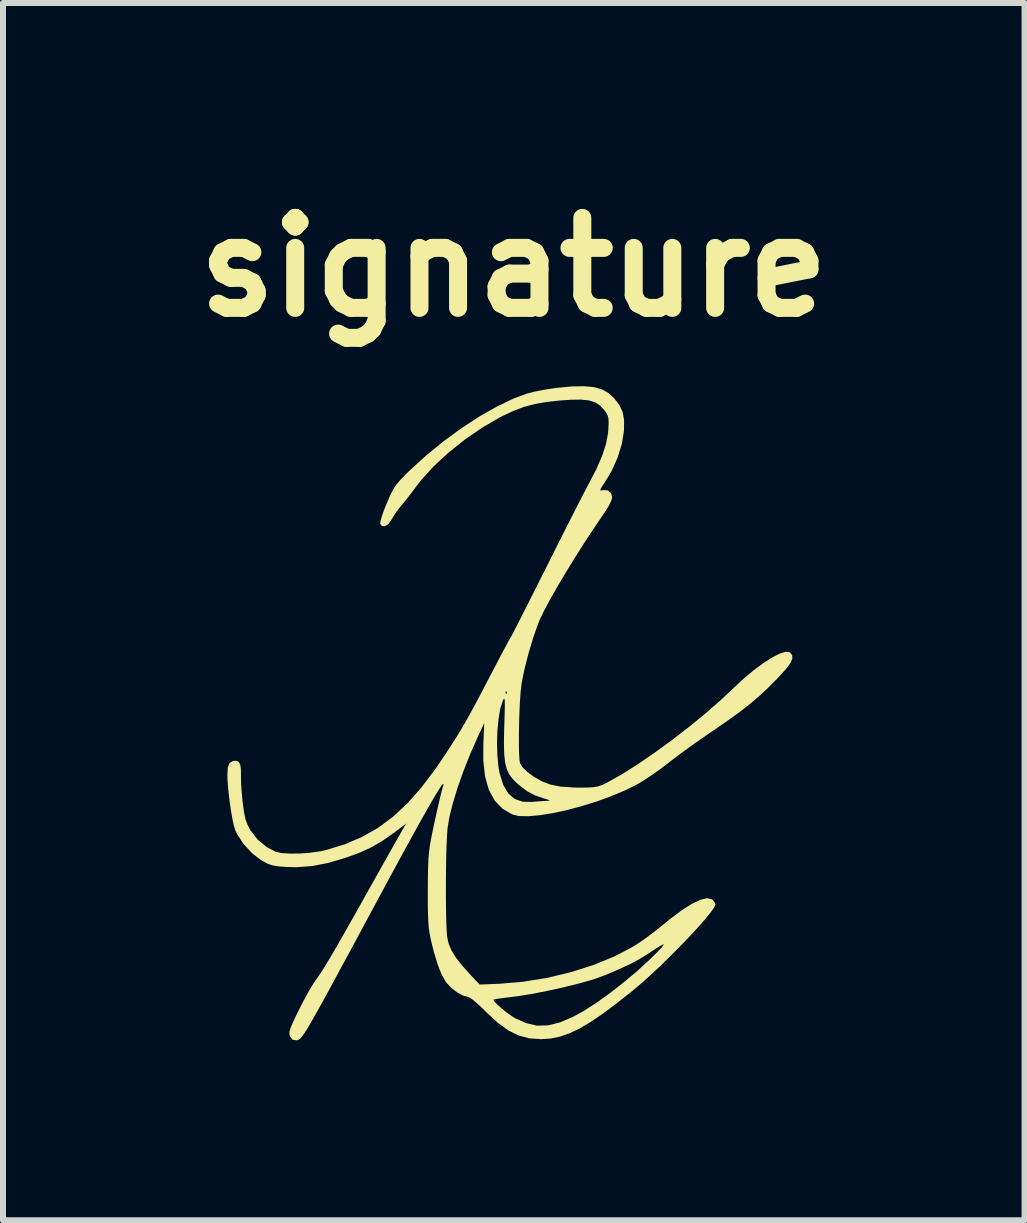
<source format=kicad_pcb>
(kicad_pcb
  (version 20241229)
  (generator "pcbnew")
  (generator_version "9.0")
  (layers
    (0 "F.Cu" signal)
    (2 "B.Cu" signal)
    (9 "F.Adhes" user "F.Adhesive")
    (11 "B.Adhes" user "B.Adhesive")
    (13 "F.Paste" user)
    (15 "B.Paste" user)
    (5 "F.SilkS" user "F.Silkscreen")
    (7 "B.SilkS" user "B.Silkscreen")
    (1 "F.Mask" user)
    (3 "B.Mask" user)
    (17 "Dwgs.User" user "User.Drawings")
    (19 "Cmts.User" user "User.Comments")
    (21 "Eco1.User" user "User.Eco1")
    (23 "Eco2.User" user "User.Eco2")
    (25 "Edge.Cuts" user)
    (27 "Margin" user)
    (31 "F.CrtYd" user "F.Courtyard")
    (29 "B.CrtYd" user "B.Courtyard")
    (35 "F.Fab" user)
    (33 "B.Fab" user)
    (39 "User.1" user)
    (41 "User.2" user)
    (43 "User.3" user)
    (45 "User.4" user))
  (footprint "signature"
    (layer "F.Cu")
    (at 5.449 8.829)
    (property "Reference" "signature" (at 0.065 -7.425 0) (layer "F.SilkS") (effects (font (size 1.5 1.5) (thickness 0.3))))
    (attr board_only exclude_from_pos_files exclude_from_bom)
    (fp_poly (pts (xy 1.405 -5.425) (xy 1.539 -5.387) (xy 1.648 -5.325) (xy 1.738 -5.241) (xy 1.827 -5.125) (xy 1.88 -5.01) (xy 1.904 -4.878) (xy 1.903 -4.711) (xy 1.902 -4.695) (xy 1.867 -4.479) (xy 1.795 -4.248) (xy 1.692 -4.02) (xy 1.59 -3.85) (xy 1.533 -3.765) (xy 1.508 -3.719) (xy 1.514 -3.703) (xy 1.548 -3.707) (xy 1.56 -3.71) (xy 1.635 -3.704) (xy 1.689 -3.654) (xy 1.706 -3.586) (xy 1.69 -3.53) (xy 1.648 -3.445) (xy 1.588 -3.35) (xy 1.588 -3.349) (xy 1.419 -3.1) (xy 1.25 -2.844) (xy 1.087 -2.587) (xy 0.934 -2.338) (xy 0.794 -2.103) (xy 0.673 -1.89) (xy 0.574 -1.705) (xy 0.502 -1.557) (xy 0.473 -1.487) (xy 0.389 -1.246) (xy 0.313 -0.994) (xy 0.25 -0.75) (xy 0.204 -0.532) (xy 0.191 -0.452) (xy 0.179 -0.335) (xy 0.168 -0.184) (xy 0.16 -0.011) (xy 0.154 0.173) (xy 0.151 0.356) (xy 0.151 0.525) (xy 0.153 0.671) (xy 0.16 0.78) (xy 0.168 0.838) (xy 0.212 0.912) (xy 0.298 0.995) (xy 0.413 1.077) (xy 0.542 1.148) (xy 0.671 1.198) (xy 0.848 1.234) (xy 1.075 1.249) (xy 1.152 1.25) (xy 1.295 1.249) (xy 1.396 1.243) (xy 1.473 1.229) (xy 1.543 1.205) (xy 1.618 1.168) (xy 1.856 1.035) (xy 2.123 0.867) (xy 2.409 0.671) (xy 2.704 0.456) (xy 2.998 0.229) (xy 3.28 -0.003) (xy 3.541 -0.232) (xy 3.736 -0.416) (xy 3.902 -0.571) (xy 4.068 -0.709) (xy 4.226 -0.826) (xy 4.372 -0.919) (xy 4.497 -0.983) (xy 4.596 -1.014) (xy 4.662 -1.008) (xy 4.67 -1.003) (xy 4.706 -0.957) (xy 4.709 -0.901) (xy 4.678 -0.828) (xy 4.608 -0.733) (xy 4.496 -0.608) (xy 4.454 -0.564) (xy 4.306 -0.415) (xy 4.161 -0.279) (xy 4.009 -0.15) (xy 3.84 -0.017) (xy 3.643 0.125) (xy 3.409 0.287) (xy 3.346 0.329) (xy 3.18 0.444) (xy 3.007 0.566) (xy 2.843 0.686) (xy 2.703 0.791) (xy 2.638 0.842) (xy 2.501 0.946) (xy 2.351 1.052) (xy 2.208 1.145) (xy 2.133 1.19) (xy 1.929 1.292) (xy 1.701 1.389) (xy 1.458 1.478) (xy 1.207 1.556) (xy 0.958 1.623) (xy 0.72 1.675) (xy 0.5 1.71) (xy 0.308 1.727) (xy 0.151 1.724) (xy 0.044 1.699) (xy -0.123 1.602) (xy -0.254 1.465) (xy -0.351 1.286) (xy -0.414 1.062) (xy -0.443 0.794) (xy -0.442 0.531) (xy -0.441 0.504) (xy -0.214 0.504) (xy -0.208 0.71) (xy -0.191 0.898) (xy -0.171 1.009) (xy -0.11 1.204) (xy -0.028 1.346) (xy 0.079 1.439) (xy 0.214 1.485) (xy 0.365 1.489) (xy 0.473 1.48) (xy 0.573 1.473) (xy 0.612 1.471) (xy 0.659 1.467) (xy 0.659 1.459) (xy 0.608 1.442) (xy 0.569 1.431) (xy 0.42 1.38) (xy 0.292 1.313) (xy 0.161 1.214) (xy 0.124 1.182) (xy 0.048 1.107) (xy -0.01 1.03) (xy -0.052 0.94) (xy -0.079 0.831) (xy -0.094 0.692) (xy -0.099 0.514) (xy -0.095 0.29) (xy -0.093 0.219) (xy -0.087 0.037) (xy -0.084 -0.093) (xy -0.084 -0.177) (xy -0.088 -0.222) (xy -0.096 -0.233) (xy -0.108 -0.217) (xy -0.119 -0.194) (xy -0.159 -0.069) (xy -0.188 0.1) (xy -0.207 0.295) (xy -0.214 0.504) (xy -0.441 0.504) (xy -0.427 0.175) (xy -0.53 0.394) (xy -0.658 0.684) (xy -0.774 0.975) (xy -0.873 1.257) (xy -0.953 1.519) (xy -1.01 1.751) (xy -1.038 1.925) (xy -1.047 2.042) (xy -1.055 2.205) (xy -1.061 2.4) (xy -1.064 2.617) (xy -1.066 2.844) (xy -1.066 3.07) (xy -1.064 3.283) (xy -1.06 3.472) (xy -1.054 3.625) (xy -1.047 3.726) (xy -1.023 3.843) (xy -0.976 3.959) (xy -0.9 4.083) (xy -0.788 4.224) (xy -0.647 4.381) (xy -0.503 4.533) (xy -0.179 4.52) (xy 0.216 4.487) (xy 0.619 4.422) (xy 1.017 4.327) (xy 1.396 4.206) (xy 1.744 4.064) (xy 2.01 3.925) (xy 2.107 3.867) (xy 2.197 3.808) (xy 2.291 3.741) (xy 2.399 3.659) (xy 2.533 3.553) (xy 2.664 3.447) (xy 2.859 3.299) (xy 3.029 3.19) (xy 3.172 3.121) (xy 3.285 3.094) (xy 3.364 3.109) (xy 3.381 3.122) (xy 3.418 3.171) (xy 3.427 3.197) (xy 3.406 3.247) (xy 3.348 3.33) (xy 3.258 3.441) (xy 3.142 3.573) (xy 3.005 3.722) (xy 2.853 3.88) (xy 2.692 4.043) (xy 2.527 4.205) (xy 2.364 4.358) (xy 2.208 4.499) (xy 2.065 4.62) (xy 2.056 4.628) (xy 1.785 4.843) (xy 1.548 5.02) (xy 1.34 5.161) (xy 1.155 5.27) (xy 0.987 5.349) (xy 0.83 5.402) (xy 0.678 5.433) (xy 0.525 5.443) (xy 0.52 5.443) (xy 0.326 5.43) (xy 0.148 5.383) (xy -0.024 5.299) (xy -0.2 5.171) (xy -0.389 4.997) (xy -0.413 4.972) (xy -0.512 4.877) (xy -0.6 4.8) (xy -0.621 4.784) (xy -0.274 4.784) (xy -0.263 4.81) (xy -0.216 4.86) (xy -0.146 4.923) (xy -0.064 4.99) (xy 0.018 5.051) (xy 0.087 5.094) (xy 0.274 5.177) (xy 0.452 5.218) (xy 0.632 5.214) (xy 0.826 5.167) (xy 1.046 5.075) (xy 1.05 5.073) (xy 1.229 4.975) (xy 1.436 4.842) (xy 1.661 4.681) (xy 1.891 4.502) (xy 2.117 4.313) (xy 2.326 4.121) (xy 2.351 4.097) (xy 2.467 3.983) (xy 2.539 3.907) (xy 2.568 3.867) (xy 2.552 3.864) (xy 2.491 3.897) (xy 2.384 3.966) (xy 2.275 4.039) (xy 2.148 4.116) (xy 1.983 4.202) (xy 1.796 4.288) (xy 1.606 4.369) (xy 1.429 4.435) (xy 1.356 4.458) (xy 1.138 4.519) (xy 0.891 4.58) (xy 0.634 4.637) (xy 0.384 4.686) (xy 0.158 4.723) (xy 0.029 4.74) (xy -0.095 4.755) (xy -0.195 4.769) (xy -0.258 4.78) (xy -0.274 4.784) (xy -0.621 4.784) (xy -0.666 4.752) (xy -0.697 4.739) (xy -0.781 4.717) (xy -0.881 4.662) (xy -0.981 4.584) (xy -1.061 4.497) (xy -1.074 4.479) (xy -1.141 4.356) (xy -1.205 4.193) (xy -1.268 3.983) (xy -1.316 3.791) (xy -1.335 3.697) (xy -1.35 3.6) (xy -1.359 3.488) (xy -1.365 3.351) (xy -1.368 3.178) (xy -1.368 2.957) (xy -1.368 2.945) (xy -1.366 2.737) (xy -1.363 2.572) (xy -1.357 2.439) (xy -1.347 2.321) (xy -1.332 2.207) (xy -1.309 2.081) (xy -1.278 1.929) (xy -1.258 1.837) (xy -1.221 1.668) (xy -1.186 1.513) (xy -1.155 1.384) (xy -1.132 1.292) (xy -1.121 1.254) (xy -1.106 1.2) (xy -1.111 1.186) (xy -1.137 1.213) (xy -1.184 1.284) (xy -1.254 1.398) (xy -1.346 1.557) (xy -1.462 1.762) (xy -1.602 2.013) (xy -1.766 2.313) (xy -1.956 2.662) (xy -2.171 3.061) (xy -2.29 3.281) (xy -2.496 3.665) (xy -2.677 4.001) (xy -2.835 4.292) (xy -2.97 4.542) (xy -3.085 4.753) (xy -3.182 4.929) (xy -3.263 5.073) (xy -3.329 5.188) (xy -3.383 5.278) (xy -3.426 5.345) (xy -3.46 5.394) (xy -3.487 5.426) (xy -3.509 5.446) (xy -3.528 5.457) (xy -3.546 5.462) (xy -3.551 5.462) (xy -3.618 5.455) (xy -3.66 5.405) (xy -3.664 5.398) (xy -3.675 5.363) (xy -3.674 5.321) (xy -3.658 5.263) (xy -3.623 5.179) (xy -3.567 5.058) (xy -3.52 4.963) (xy -3.446 4.818) (xy -3.371 4.679) (xy -3.303 4.561) (xy -3.251 4.481) (xy -3.246 4.474) (xy -3.2 4.41) (xy -3.146 4.33) (xy -3.082 4.228) (xy -3.006 4.101) (xy -2.913 3.944) (xy -2.803 3.753) (xy -2.673 3.523) (xy -2.519 3.251) (xy -2.348 2.945) (xy -2.231 2.737) (xy -2.12 2.539) (xy -2.019 2.359) (xy -1.932 2.205) (xy -1.863 2.083) (xy -1.816 2.001) (xy -1.801 1.974) (xy -1.728 1.848) (xy -1.916 1.991) (xy -2.113 2.13) (xy -2.301 2.241) (xy -2.502 2.334) (xy -2.727 2.416) (xy -3.025 2.505) (xy -3.297 2.558) (xy -3.559 2.577) (xy -3.725 2.573) (xy -3.859 2.563) (xy -3.956 2.547) (xy -4.037 2.519) (xy -4.123 2.473) (xy -4.145 2.461) (xy -4.298 2.343) (xy -4.439 2.19) (xy -4.549 2.022) (xy -4.577 1.961) (xy -4.602 1.879) (xy -4.628 1.755) (xy -4.654 1.602) (xy -4.677 1.436) (xy -4.695 1.272) (xy -4.707 1.124) (xy -4.709 1.034) (xy -4.701 0.913) (xy -4.672 0.84) (xy -4.617 0.806) (xy -4.573 0.802) (xy -4.526 0.815) (xy -4.496 0.858) (xy -4.483 0.942) (xy -4.482 1.073) (xy -4.482 1.079) (xy -4.481 1.173) (xy -4.472 1.304) (xy -4.459 1.448) (xy -4.451 1.516) (xy -4.43 1.668) (xy -4.406 1.78) (xy -4.372 1.871) (xy -4.325 1.96) (xy -4.322 1.964) (xy -4.204 2.116) (xy -4.052 2.242) (xy -3.905 2.319) (xy -3.807 2.341) (xy -3.668 2.35) (xy -3.505 2.349) (xy -3.334 2.336) (xy -3.171 2.314) (xy -3.067 2.292) (xy -2.752 2.195) (xy -2.465 2.073) (xy -2.199 1.922) (xy -1.949 1.737) (xy -1.708 1.513) (xy -1.472 1.245) (xy -1.233 0.928) (xy -1.059 0.671) (xy -0.964 0.523) (xy -0.88 0.392) (xy -0.804 0.266) (xy -0.729 0.138) (xy -0.65 -0.004) (xy -0.561 -0.169) (xy -0.473 -0.335) (xy -0.073 -0.335) (xy -0.062 -0.311) (xy -0.053 -0.316) (xy -0.05 -0.351) (xy -0.053 -0.355) (xy -0.071 -0.351) (xy -0.073 -0.335) (xy -0.473 -0.335) (xy -0.456 -0.368) (xy -0.336 -0.597) (xy -0.244 -0.773) (xy -0.161 -0.933) (xy -0.089 -1.068) (xy -0.033 -1.172) (xy 0.002 -1.236) (xy 0.013 -1.254) (xy 0.031 -1.285) (xy 0.072 -1.363) (xy 0.133 -1.483) (xy 0.212 -1.638) (xy 0.306 -1.824) (xy 0.413 -2.035) (xy 0.529 -2.266) (xy 0.614 -2.435) (xy 0.739 -2.685) (xy 0.86 -2.926) (xy 0.974 -3.152) (xy 1.078 -3.356) (xy 1.168 -3.532) (xy 1.24 -3.672) (xy 1.292 -3.771) (xy 1.31 -3.806) (xy 1.443 -4.061) (xy 1.539 -4.282) (xy 1.602 -4.477) (xy 1.636 -4.654) (xy 1.641 -4.714) (xy 1.647 -4.831) (xy 1.643 -4.908) (xy 1.627 -4.963) (xy 1.594 -5.017) (xy 1.577 -5.039) (xy 1.506 -5.117) (xy 1.423 -5.171) (xy 1.32 -5.204) (xy 1.185 -5.218) (xy 1.011 -5.215) (xy 0.858 -5.205) (xy 0.616 -5.179) (xy 0.414 -5.144) (xy 0.234 -5.096) (xy 0.058 -5.029) (xy -0.133 -4.939) (xy -0.16 -4.925) (xy -0.454 -4.755) (xy -0.746 -4.555) (xy -1.022 -4.335) (xy -1.271 -4.105) (xy -1.48 -3.874) (xy -1.554 -3.778) (xy -1.639 -3.665) (xy -1.723 -3.557) (xy -1.794 -3.471) (xy -1.812 -3.45) (xy -1.885 -3.356) (xy -1.952 -3.252) (xy -1.968 -3.224) (xy -2.023 -3.145) (xy -2.082 -3.106) (xy -2.133 -3.111) (xy -2.162 -3.148) (xy -2.157 -3.191) (xy -2.133 -3.274) (xy -2.094 -3.386) (xy -2.051 -3.491) (xy -1.995 -3.621) (xy -1.946 -3.719) (xy -1.893 -3.8) (xy -1.825 -3.88) (xy -1.732 -3.976) (xy -1.662 -4.044) (xy -1.39 -4.291) (xy -1.1 -4.527) (xy -0.8 -4.746) (xy -0.5 -4.941) (xy -0.208 -5.106) (xy 0.065 -5.237) (xy 0.282 -5.317) (xy 0.399 -5.347) (xy 0.55 -5.378) (xy 0.708 -5.403) (xy 0.777 -5.413) (xy 1.032 -5.437) (xy 1.238 -5.441)) (stroke (width 0) (type solid)) (fill yes) (layer "F.SilkS")))
  (gr_rect
    (start -3 -3)
    (end 14.029 17.291)
    (stroke (width 0.1) (type default))
    (fill no)
    (layer "Edge.Cuts")))
</source>
